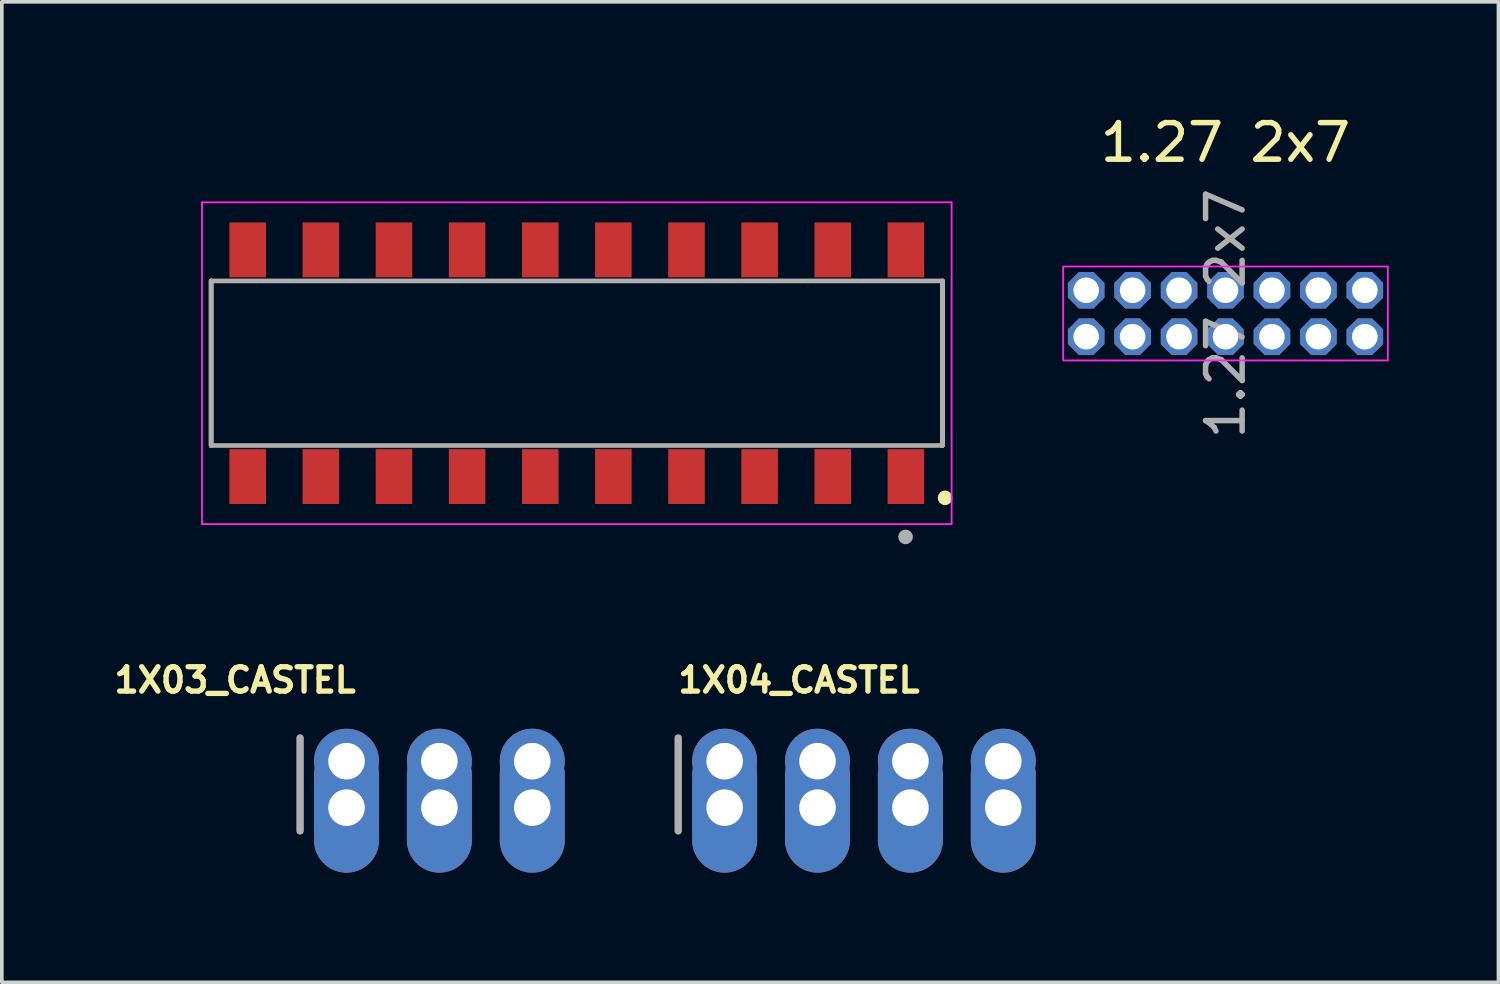
<source format=kicad_pcb>
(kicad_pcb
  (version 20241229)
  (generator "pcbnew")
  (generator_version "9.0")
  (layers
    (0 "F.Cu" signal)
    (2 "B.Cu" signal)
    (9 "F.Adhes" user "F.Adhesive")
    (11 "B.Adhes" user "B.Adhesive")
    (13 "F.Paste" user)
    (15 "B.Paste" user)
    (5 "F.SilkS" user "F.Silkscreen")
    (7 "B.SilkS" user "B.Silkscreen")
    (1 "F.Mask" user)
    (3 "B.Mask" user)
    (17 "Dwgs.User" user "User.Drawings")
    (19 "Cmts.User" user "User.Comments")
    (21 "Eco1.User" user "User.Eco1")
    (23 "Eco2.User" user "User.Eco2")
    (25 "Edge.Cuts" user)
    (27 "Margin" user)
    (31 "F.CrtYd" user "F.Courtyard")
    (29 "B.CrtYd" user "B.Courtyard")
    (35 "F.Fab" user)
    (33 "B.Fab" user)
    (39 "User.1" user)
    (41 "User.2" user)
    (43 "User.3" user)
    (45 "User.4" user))
  (footprint "1X04_CASTEL"
    (layer "F.Cu")
    (at 20.568 17.767)
    (property "Reference" "1X04_CASTEL" (at -5.147 -1.829 0) (unlocked yes) (layer "F.SilkS") (effects (font (size 0.666 0.666) (thickness 0.146)) (justify left bottom)))
    (fp_line (start -5.071 -0.635) (end -5.071 1.905) (stroke (width 0.203) (type solid)) (layer "F.Fab"))
    (fp_poly (pts (xy -4.055 0.254) (xy -3.547 0.254) (xy -3.547 -0.254) (xy -4.055 -0.254)) (stroke (width 0.1) (type default)) (fill no) (layer "F.Fab"))
    (fp_poly (pts (xy -4.055 1.524) (xy -3.547 1.524) (xy -3.547 1.016) (xy -4.055 1.016)) (stroke (width 0.1) (type default)) (fill no) (layer "F.Fab"))
    (fp_poly (pts (xy -1.515 0.254) (xy -1.007 0.254) (xy -1.007 -0.254) (xy -1.515 -0.254)) (stroke (width 0.1) (type default)) (fill no) (layer "F.Fab"))
    (fp_poly (pts (xy -1.515 1.524) (xy -1.007 1.524) (xy -1.007 1.016) (xy -1.515 1.016)) (stroke (width 0.1) (type default)) (fill no) (layer "F.Fab"))
    (fp_poly (pts (xy 1.025 0.254) (xy 1.533 0.254) (xy 1.533 -0.254) (xy 1.025 -0.254)) (stroke (width 0.1) (type default)) (fill no) (layer "F.Fab"))
    (fp_poly (pts (xy 1.025 1.524) (xy 1.533 1.524) (xy 1.533 1.016) (xy 1.025 1.016)) (stroke (width 0.1) (type default)) (fill no) (layer "F.Fab"))
    (fp_poly (pts (xy 3.565 0.254) (xy 4.073 0.254) (xy 4.073 -0.254) (xy 3.565 -0.254)) (stroke (width 0.1) (type default)) (fill no) (layer "F.Fab"))
    (fp_poly (pts (xy 3.565 1.524) (xy 4.073 1.524) (xy 4.073 1.016) (xy 3.565 1.016)) (stroke (width 0.1) (type default)) (fill no) (layer "F.Fab"))
    (pad "1" thru_hole circle (at -3.801 0 90) (size 1.778 1.778) (drill 1) (layers "*.Cu" "*.Mask"))
    (pad "1" thru_hole oval (at -3.801 1.27 90) (size 3.556 1.778) (drill 1) (layers "*.Cu" "*.Mask"))
    (pad "2" thru_hole circle (at -1.261 0 90) (size 1.778 1.778) (drill 1) (layers "*.Cu" "*.Mask"))
    (pad "2" thru_hole oval (at -1.261 1.27 90) (size 3.556 1.778) (drill 1) (layers "*.Cu" "*.Mask"))
    (pad "3" thru_hole circle (at 1.279 0 90) (size 1.778 1.778) (drill 1) (layers "*.Cu" "*.Mask"))
    (pad "3" thru_hole oval (at 1.279 1.27 90) (size 3.556 1.778) (drill 1) (layers "*.Cu" "*.Mask"))
    (pad "4" thru_hole circle (at 3.819 0 90) (size 1.778 1.778) (drill 1) (layers "*.Cu" "*.Mask"))
    (pad "4" thru_hole oval (at 3.819 1.27 90) (size 3.556 1.778) (drill 1) (layers "*.Cu" "*.Mask")))
  (footprint "1.27 2x7"
    (layer "F.Cu")
    (at 30.464 5.523)
    (property "Reference" "1.27 2x7" (at 0 -4.675 0) (layer "F.SilkS") (effects (font (size 1 1) (thickness 0.15))))
    (attr through_hole)
    (fp_rect (start -4.44 -1.285) (end 4.44 1.285) (stroke (width 0.05) (type default)) (fill no) (layer "F.CrtYd"))
    (fp_text user "${REFERENCE}" (at 0 0 90) (layer "F.Fab") (effects (font (size 1 1) (thickness 0.15))))
    (pad "1" thru_hole roundrect (at -3.81 -0.635 90) (size 1 1) (drill 0.7) (layers "*.Cu" "*.Mask") (roundrect_rratio 0) (chamfer_ratio 0.3) (chamfer top_left top_right bottom_left bottom_right))
    (pad "2" thru_hole roundrect (at -2.54 -0.635 90) (size 1 1) (drill 0.7) (layers "*.Cu" "*.Mask") (roundrect_rratio 0) (chamfer_ratio 0.3) (chamfer top_left top_right bottom_left bottom_right))
    (pad "3" thru_hole roundrect (at -1.27 -0.635 90) (size 1 1) (drill 0.7) (layers "*.Cu" "*.Mask") (roundrect_rratio 0) (chamfer_ratio 0.3) (chamfer top_left top_right bottom_left bottom_right))
    (pad "4" thru_hole roundrect (at 0 -0.635 90) (size 1 1) (drill 0.7) (layers "*.Cu" "*.Mask") (roundrect_rratio 0) (chamfer_ratio 0.3) (chamfer top_left top_right bottom_left bottom_right))
    (pad "5" thru_hole roundrect (at 1.27 -0.635 90) (size 1 1) (drill 0.7) (layers "*.Cu" "*.Mask") (roundrect_rratio 0) (chamfer_ratio 0.3) (chamfer top_left top_right bottom_left bottom_right))
    (pad "6" thru_hole roundrect (at 2.54 -0.635 90) (size 1 1) (drill 0.7) (layers "*.Cu" "*.Mask") (roundrect_rratio 0) (chamfer_ratio 0.3) (chamfer top_left top_right bottom_left bottom_right))
    (pad "7" thru_hole roundrect (at 3.81 -0.635 90) (size 1 1) (drill 0.7) (layers "*.Cu" "*.Mask") (roundrect_rratio 0) (chamfer_ratio 0.3) (chamfer top_left top_right bottom_left bottom_right))
    (pad "8" thru_hole roundrect (at -3.81 0.635 90) (size 1 1) (drill 0.7) (layers "*.Cu" "*.Mask") (roundrect_rratio 0) (chamfer_ratio 0.3) (chamfer top_left top_right bottom_left bottom_right))
    (pad "9" thru_hole roundrect (at -2.54 0.635 90) (size 1 1) (drill 0.7) (layers "*.Cu" "*.Mask") (roundrect_rratio 0) (chamfer_ratio 0.3) (chamfer top_left top_right bottom_left bottom_right))
    (pad "10" thru_hole roundrect (at -1.27 0.635 90) (size 1 1) (drill 0.7) (layers "*.Cu" "*.Mask") (roundrect_rratio 0) (chamfer_ratio 0.3) (chamfer top_left top_right bottom_left bottom_right))
    (pad "11" thru_hole roundrect (at 0 0.635 90) (size 1 1) (drill 0.7) (layers "*.Cu" "*.Mask") (roundrect_rratio 0) (chamfer_ratio 0.3) (chamfer top_left top_right bottom_left bottom_right))
    (pad "12" thru_hole roundrect (at 1.27 0.635 90) (size 1 1) (drill 0.7) (layers "*.Cu" "*.Mask") (roundrect_rratio 0) (chamfer_ratio 0.3) (chamfer top_left top_right bottom_left bottom_right))
    (pad "13" thru_hole roundrect (at 2.54 0.635 90) (size 1 1) (drill 0.7) (layers "*.Cu" "*.Mask") (roundrect_rratio 0) (chamfer_ratio 0.3) (chamfer top_left top_right bottom_left bottom_right))
    (pad "14" thru_hole roundrect (at 3.81 0.635 90) (size 1 1) (drill 0.7) (layers "*.Cu" "*.Mask") (roundrect_rratio 0) (chamfer_ratio 0.3) (chamfer top_left top_right bottom_left bottom_right)))
  (footprint "1-2307725-0"
    (layer "F.Cu")
    (at 12.724 6.883)
    (property "Reference" "1-2307725-0" (at -7.075 -6.035 0) (layer "User.2") (effects (font (size 1 1) (thickness 0.15))))
    (attr smd)
    (fp_line (start -10 2.25) (end -10 -2.25) (stroke (width 0.127) (type solid)) (layer "F.SilkS"))
    (fp_line (start 10 -2.25) (end 10 2.25) (stroke (width 0.127) (type solid)) (layer "F.SilkS"))
    (fp_circle (center 10.07 3.68) (end 10.17 3.68) (stroke (width 0.2) (type solid)) (fill no) (layer "F.SilkS"))
    (fp_line (start -10.25 -4.4) (end -10.25 4.4) (stroke (width 0.05) (type solid)) (layer "F.CrtYd"))
    (fp_line (start -10.25 4.4) (end 10.25 4.4) (stroke (width 0.05) (type solid)) (layer "F.CrtYd"))
    (fp_line (start 10.25 -4.4) (end -10.25 -4.4) (stroke (width 0.05) (type solid)) (layer "F.CrtYd"))
    (fp_line (start 10.25 4.4) (end 10.25 -4.4) (stroke (width 0.05) (type solid)) (layer "F.CrtYd"))
    (fp_line (start -10 -2.25) (end 10 -2.25) (stroke (width 0.127) (type solid)) (layer "F.Fab"))
    (fp_line (start -10 2.25) (end -10 -2.25) (stroke (width 0.127) (type solid)) (layer "F.Fab"))
    (fp_line (start 10 -2.25) (end 10 2.25) (stroke (width 0.127) (type solid)) (layer "F.Fab"))
    (fp_line (start 10 2.25) (end -10 2.25) (stroke (width 0.127) (type solid)) (layer "F.Fab"))
    (fp_circle (center 8.99 4.75) (end 9.09 4.75) (stroke (width 0.2) (type solid)) (fill no) (layer "F.Fab"))
    (pad "1" smd rect (at 9 -3.1) (size 1 1.5) (layers "F.Cu" "F.Mask" "F.Paste"))
    (pad "1" smd rect (at 9 3.1) (size 1 1.5) (layers "F.Cu" "F.Mask" "F.Paste"))
    (pad "2" smd rect (at 7 -3.1) (size 1 1.5) (layers "F.Cu" "F.Mask" "F.Paste"))
    (pad "2" smd rect (at 7 3.1) (size 1 1.5) (layers "F.Cu" "F.Mask" "F.Paste"))
    (pad "3" smd rect (at 5 -3.1) (size 1 1.5) (layers "F.Cu" "F.Mask" "F.Paste"))
    (pad "3" smd rect (at 5 3.1) (size 1 1.5) (layers "F.Cu" "F.Mask" "F.Paste"))
    (pad "4" smd rect (at 3 -3.1) (size 1 1.5) (layers "F.Cu" "F.Mask" "F.Paste"))
    (pad "4" smd rect (at 3 3.1) (size 1 1.5) (layers "F.Cu" "F.Mask" "F.Paste"))
    (pad "5" smd rect (at 1 -3.1) (size 1 1.5) (layers "F.Cu" "F.Mask" "F.Paste"))
    (pad "5" smd rect (at 1 3.1) (size 1 1.5) (layers "F.Cu" "F.Mask" "F.Paste"))
    (pad "6" smd rect (at -1 -3.1) (size 1 1.5) (layers "F.Cu" "F.Mask" "F.Paste"))
    (pad "6" smd rect (at -1 3.1) (size 1 1.5) (layers "F.Cu" "F.Mask" "F.Paste"))
    (pad "7" smd rect (at -3 -3.1) (size 1 1.5) (layers "F.Cu" "F.Mask" "F.Paste"))
    (pad "7" smd rect (at -3 3.1) (size 1 1.5) (layers "F.Cu" "F.Mask" "F.Paste"))
    (pad "8" smd rect (at -5 -3.1) (size 1 1.5) (layers "F.Cu" "F.Mask" "F.Paste"))
    (pad "8" smd rect (at -5 3.1) (size 1 1.5) (layers "F.Cu" "F.Mask" "F.Paste"))
    (pad "9" smd rect (at -7 -3.1) (size 1 1.5) (layers "F.Cu" "F.Mask" "F.Paste"))
    (pad "9" smd rect (at -7 3.1) (size 1 1.5) (layers "F.Cu" "F.Mask" "F.Paste"))
    (pad "10" smd rect (at -9 -3.1) (size 1 1.5) (layers "F.Cu" "F.Mask" "F.Paste"))
    (pad "10" smd rect (at -9 3.1) (size 1 1.5) (layers "F.Cu" "F.Mask" "F.Paste")))
  (footprint "1X03_CASTEL"
    (layer "F.Cu")
    (at 8.966 17.767)
    (property "Reference" "1X03_CASTEL" (at -8.966 -1.829 0) (unlocked yes) (layer "F.SilkS") (effects (font (size 0.666 0.666) (thickness 0.146)) (justify left bottom)))
    (fp_line (start -3.81 -0.635) (end -3.81 1.905) (stroke (width 0.203) (type solid)) (layer "F.Fab"))
    (fp_poly (pts (xy -2.794 0.254) (xy -2.286 0.254) (xy -2.286 -0.254) (xy -2.794 -0.254)) (stroke (width 0.1) (type default)) (fill no) (layer "F.Fab"))
    (fp_poly (pts (xy -2.794 1.524) (xy -2.286 1.524) (xy -2.286 1.016) (xy -2.794 1.016)) (stroke (width 0.1) (type default)) (fill no) (layer "F.Fab"))
    (fp_poly (pts (xy -0.254 0.254) (xy 0.254 0.254) (xy 0.254 -0.254) (xy -0.254 -0.254)) (stroke (width 0.1) (type default)) (fill no) (layer "F.Fab"))
    (fp_poly (pts (xy -0.254 1.524) (xy 0.254 1.524) (xy 0.254 1.016) (xy -0.254 1.016)) (stroke (width 0.1) (type default)) (fill no) (layer "F.Fab"))
    (fp_poly (pts (xy 2.286 0.254) (xy 2.794 0.254) (xy 2.794 -0.254) (xy 2.286 -0.254)) (stroke (width 0.1) (type default)) (fill no) (layer "F.Fab"))
    (fp_poly (pts (xy 2.286 1.524) (xy 2.794 1.524) (xy 2.794 1.016) (xy 2.286 1.016)) (stroke (width 0.1) (type default)) (fill no) (layer "F.Fab"))
    (pad "1" thru_hole circle (at -2.54 0 90) (size 1.778 1.778) (drill 1) (layers "*.Cu" "*.Mask"))
    (pad "1" thru_hole oval (at -2.54 1.27 90) (size 3.556 1.778) (drill 1) (layers "*.Cu" "*.Mask"))
    (pad "2" thru_hole circle (at 0 0 90) (size 1.778 1.778) (drill 1) (layers "*.Cu" "*.Mask"))
    (pad "2" thru_hole oval (at 0 1.27 90) (size 3.556 1.778) (drill 1) (layers "*.Cu" "*.Mask"))
    (pad "3" thru_hole circle (at 2.54 0 90) (size 1.778 1.778) (drill 1) (layers "*.Cu" "*.Mask"))
    (pad "3" thru_hole oval (at 2.54 1.27 90) (size 3.556 1.778) (drill 1) (layers "*.Cu" "*.Mask")))
  (gr_rect
    (start -3 -3)
    (end 37.929 23.815)
    (stroke (width 0.1) (type default))
    (fill no)
    (layer "Edge.Cuts")))
</source>
